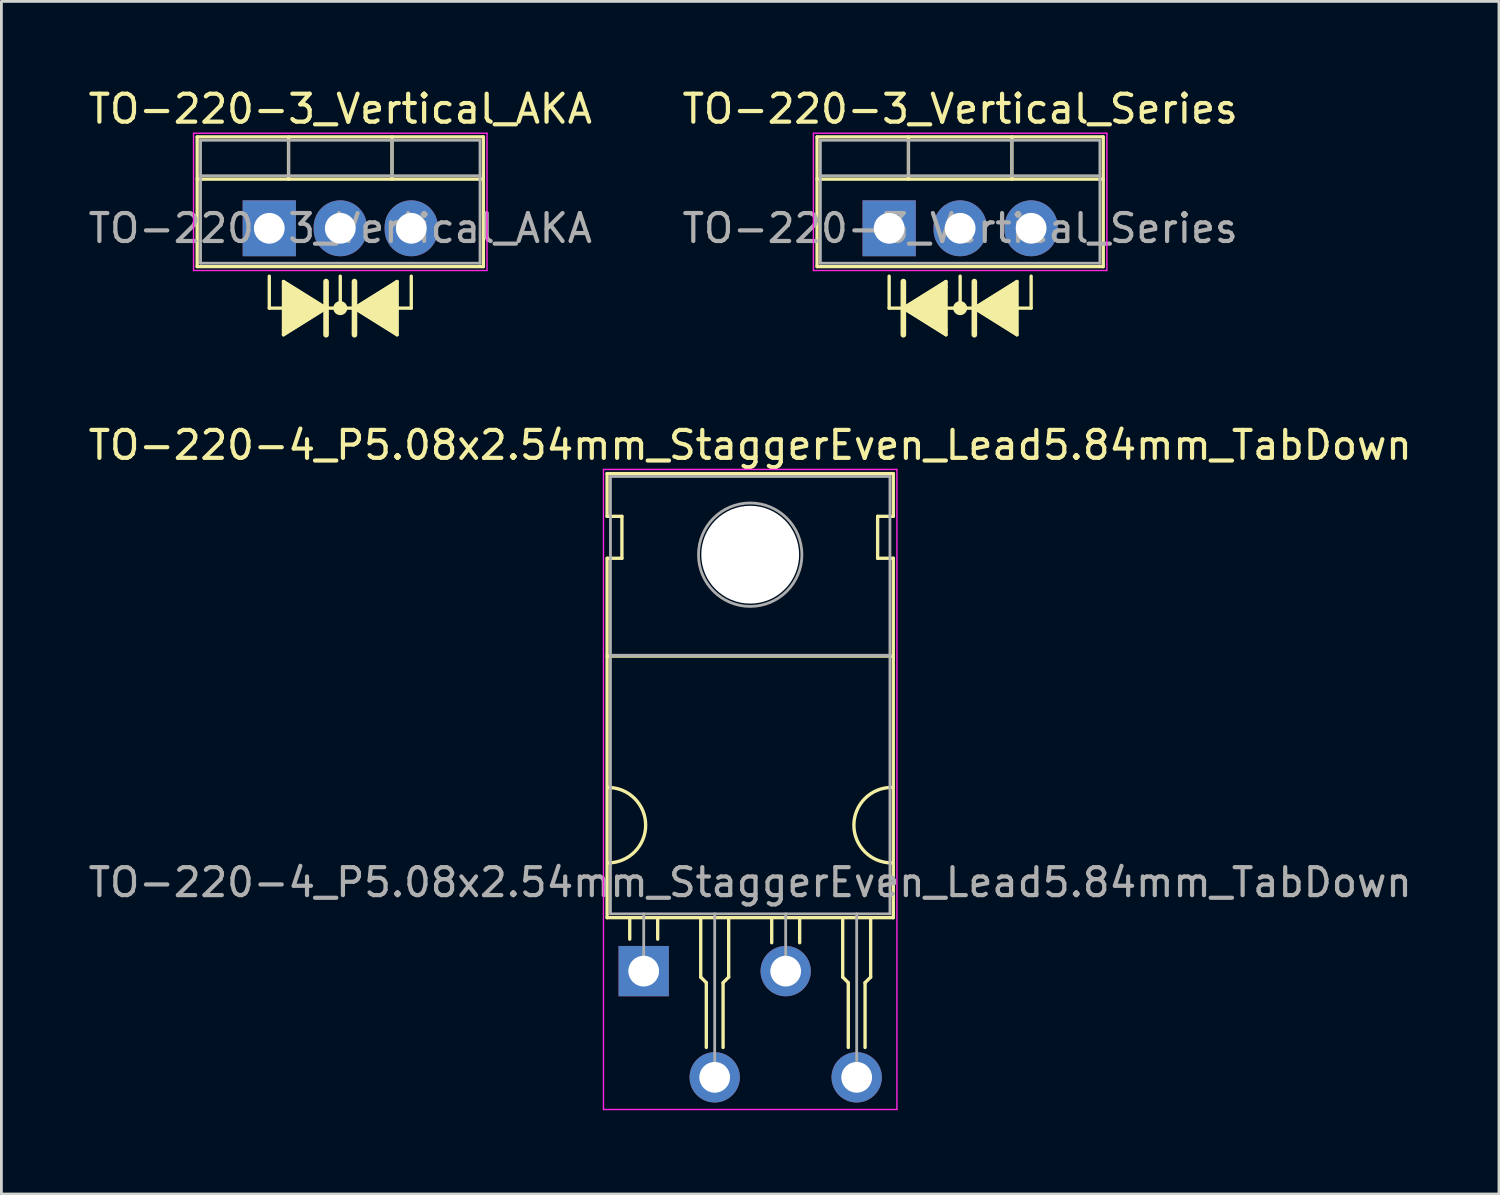
<source format=kicad_pcb>
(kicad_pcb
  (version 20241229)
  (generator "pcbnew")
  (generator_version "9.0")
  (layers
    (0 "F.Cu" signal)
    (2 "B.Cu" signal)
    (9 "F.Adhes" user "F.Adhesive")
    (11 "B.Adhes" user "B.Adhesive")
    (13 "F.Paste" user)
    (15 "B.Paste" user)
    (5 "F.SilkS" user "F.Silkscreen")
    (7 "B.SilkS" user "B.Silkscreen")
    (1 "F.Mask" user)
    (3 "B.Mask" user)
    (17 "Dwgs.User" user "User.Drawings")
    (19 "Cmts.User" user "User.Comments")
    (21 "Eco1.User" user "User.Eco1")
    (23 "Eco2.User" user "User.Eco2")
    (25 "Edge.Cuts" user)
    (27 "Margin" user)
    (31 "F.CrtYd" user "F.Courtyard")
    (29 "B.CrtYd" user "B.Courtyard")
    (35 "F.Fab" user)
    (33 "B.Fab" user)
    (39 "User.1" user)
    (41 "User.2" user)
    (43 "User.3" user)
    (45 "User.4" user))
  (footprint "TO-220-4_P5.08x2.54mm_StaggerEven_Lead5.84mm_TabDown"
    (layer "F.Cu")
    (at 19.982 31.697)
    (property "Reference" "TO-220-4_P5.08x2.54mm_StaggerEven_Lead5.84mm_TabDown" (at 3.81 -18.82 0) (layer "F.SilkS") (effects (font (size 1 1) (thickness 0.15))))
    (attr through_hole)
    (fp_line (start -1.31 -17.802) (end -1.31 -16.272) (stroke (width 0.12) (type solid)) (layer "F.SilkS"))
    (fp_line (start -1.31 -17.802) (end 8.93 -17.802) (stroke (width 0.12) (type solid)) (layer "F.SilkS"))
    (fp_line (start -1.31 -16.272) (end -0.78 -16.272) (stroke (width 0.12) (type solid)) (layer "F.SilkS"))
    (fp_line (start -1.31 -14.772) (end -1.31 -1.912) (stroke (width 0.12) (type solid)) (layer "F.SilkS"))
    (fp_line (start -1.31 -1.912) (end 8.93 -1.912) (stroke (width 0.12) (type solid)) (layer "F.SilkS"))
    (fp_line (start -1.305 -11.272) (end 8.92 -11.272) (stroke (width 0.12) (type solid)) (layer "F.SilkS"))
    (fp_line (start -0.78 -16.272) (end -0.78 -14.772) (stroke (width 0.12) (type solid)) (layer "F.SilkS"))
    (fp_line (start -0.78 -14.772) (end -1.305 -14.772) (stroke (width 0.12) (type solid)) (layer "F.SilkS"))
    (fp_line (start -0.5 -1.885) (end -0.5 -1.143) (stroke (width 0.12) (type solid)) (layer "F.SilkS"))
    (fp_line (start 0.5 -1.885) (end 0.5 -1.143) (stroke (width 0.12) (type solid)) (layer "F.SilkS"))
    (fp_line (start 2.04 -1.885) (end 2.04 0.214) (stroke (width 0.12) (type solid)) (layer "F.SilkS"))
    (fp_line (start 2.04 0.214) (end 2.24 0.414) (stroke (width 0.12) (type solid)) (layer "F.SilkS"))
    (fp_line (start 2.24 0.414) (end 2.24 2.731) (stroke (width 0.12) (type solid)) (layer "F.SilkS"))
    (fp_line (start 2.84 0.414) (end 2.84 2.731) (stroke (width 0.12) (type solid)) (layer "F.SilkS"))
    (fp_line (start 3.04 -1.885) (end 3.04 0.214) (stroke (width 0.12) (type solid)) (layer "F.SilkS"))
    (fp_line (start 3.04 0.214) (end 2.84 0.414) (stroke (width 0.12) (type solid)) (layer "F.SilkS"))
    (fp_line (start 4.58 -1.885) (end 4.58 -1.016) (stroke (width 0.12) (type solid)) (layer "F.SilkS"))
    (fp_line (start 5.58 -1.885) (end 5.58 -1.016) (stroke (width 0.12) (type solid)) (layer "F.SilkS"))
    (fp_line (start 7.12 -1.885) (end 7.12 0.214) (stroke (width 0.12) (type solid)) (layer "F.SilkS"))
    (fp_line (start 7.12 0.214) (end 7.32 0.414) (stroke (width 0.12) (type solid)) (layer "F.SilkS"))
    (fp_line (start 7.32 0.414) (end 7.32 2.731) (stroke (width 0.12) (type solid)) (layer "F.SilkS"))
    (fp_line (start 7.92 0.414) (end 7.92 2.731) (stroke (width 0.12) (type solid)) (layer "F.SilkS"))
    (fp_line (start 8.12 -1.885) (end 8.12 0.214) (stroke (width 0.12) (type solid)) (layer "F.SilkS"))
    (fp_line (start 8.12 0.214) (end 7.92 0.414) (stroke (width 0.12) (type solid)) (layer "F.SilkS"))
    (fp_line (start 8.37 -16.272) (end 8.93 -16.272) (stroke (width 0.12) (type solid)) (layer "F.SilkS"))
    (fp_line (start 8.37 -14.772) (end 8.37 -16.272) (stroke (width 0.12) (type solid)) (layer "F.SilkS"))
    (fp_line (start 8.93 -17.802) (end 8.93 -16.272) (stroke (width 0.12) (type solid)) (layer "F.SilkS"))
    (fp_line (start 8.93 -14.772) (end 8.37 -14.772) (stroke (width 0.12) (type solid)) (layer "F.SilkS"))
    (fp_line (start 8.93 -14.772) (end 8.93 -1.912) (stroke (width 0.12) (type solid)) (layer "F.SilkS"))
    (fp_arc (start -1.28 -6.572) (mid 0.07 -5.222) (end -1.28 -3.872) (stroke (width 0.12) (type solid)) (layer "F.SilkS"))
    (fp_arc (start 8.87 -3.872) (mid 7.52 -5.222) (end 8.87 -6.572) (stroke (width 0.12) (type solid)) (layer "F.SilkS"))
    (fp_line (start -1.44 -17.95) (end -1.44 4.95) (stroke (width 0.05) (type solid)) (layer "F.CrtYd"))
    (fp_line (start -1.44 4.95) (end 9.06 4.95) (stroke (width 0.05) (type solid)) (layer "F.CrtYd"))
    (fp_line (start 9.06 -17.95) (end -1.44 -17.95) (stroke (width 0.05) (type solid)) (layer "F.CrtYd"))
    (fp_line (start 9.06 4.95) (end 9.06 -17.95) (stroke (width 0.05) (type solid)) (layer "F.CrtYd"))
    (fp_line (start -1.19 -17.7) (end 8.81 -17.7) (stroke (width 0.1) (type solid)) (layer "F.Fab"))
    (fp_line (start -1.19 -11.3) (end -1.19 -17.7) (stroke (width 0.1) (type solid)) (layer "F.Fab"))
    (fp_line (start -1.19 -11.3) (end 8.81 -11.3) (stroke (width 0.1) (type solid)) (layer "F.Fab"))
    (fp_line (start -1.19 -2.05) (end -1.19 -11.3) (stroke (width 0.1) (type solid)) (layer "F.Fab"))
    (fp_line (start 0 -2.05) (end 0 0) (stroke (width 0.1) (type solid)) (layer "F.Fab"))
    (fp_line (start 2.54 -2.05) (end 2.54 3.8) (stroke (width 0.1) (type solid)) (layer "F.Fab"))
    (fp_line (start 5.08 -2.05) (end 5.08 0) (stroke (width 0.1) (type solid)) (layer "F.Fab"))
    (fp_line (start 7.62 -2.05) (end 7.62 3.8) (stroke (width 0.1) (type solid)) (layer "F.Fab"))
    (fp_line (start 8.81 -17.7) (end 8.81 -11.3) (stroke (width 0.1) (type solid)) (layer "F.Fab"))
    (fp_line (start 8.81 -11.3) (end -1.19 -11.3) (stroke (width 0.1) (type solid)) (layer "F.Fab"))
    (fp_line (start 8.81 -11.3) (end 8.81 -2.05) (stroke (width 0.1) (type solid)) (layer "F.Fab"))
    (fp_line (start 8.81 -2.05) (end -1.19 -2.05) (stroke (width 0.1) (type solid)) (layer "F.Fab"))
    (fp_circle (center 3.81 -14.9) (end 5.66 -14.9) (stroke (width 0.1) (type solid)) (fill no) (layer "F.Fab"))
    (fp_text user "${REFERENCE}" (at 3.81 -3.175 0) (layer "F.Fab") (effects (font (size 1 1) (thickness 0.15))))
    (pad "" np_thru_hole oval (at 3.81 -14.9) (size 3.5 3.5) (drill 3.5) (layers "*.Cu" "*.Mask"))
    (pad "1" thru_hole rect (at 0 0) (size 1.8 1.8) (drill 1.1) (layers "*.Cu" "*.Mask"))
    (pad "2" thru_hole oval (at 2.54 3.8) (size 1.8 1.8) (drill 1.1) (layers "*.Cu" "*.Mask"))
    (pad "3" thru_hole oval (at 5.08 0) (size 1.8 1.8) (drill 1.1) (layers "*.Cu" "*.Mask"))
    (pad "4" thru_hole oval (at 7.62 3.8) (size 1.8 1.8) (drill 1.1) (layers "*.Cu" "*.Mask")))
  (footprint "TO-220-3_Vertical_Series"
    (layer "F.Cu")
    (at 28.764 5.118)
    (property "Reference" "TO-220-3_Vertical_Series" (at 2.54 -4.27 0) (layer "F.SilkS") (effects (font (size 1 1) (thickness 0.15))))
    (attr through_hole)
    (fp_line (start -2.58 -3.27) (end -2.58 1.371) (stroke (width 0.12) (type solid)) (layer "F.SilkS"))
    (fp_line (start -2.58 -3.27) (end 7.66 -3.27) (stroke (width 0.12) (type solid)) (layer "F.SilkS"))
    (fp_line (start -2.58 -1.76) (end 7.66 -1.76) (stroke (width 0.12) (type solid)) (layer "F.SilkS"))
    (fp_line (start -2.58 1.371) (end 7.66 1.371) (stroke (width 0.12) (type solid)) (layer "F.SilkS"))
    (fp_line (start 0 1.714) (end 0 2.857) (stroke (width 0.12) (type solid)) (layer "F.SilkS"))
    (fp_line (start 0 2.857) (end 0.508 2.857) (stroke (width 0.12) (type solid)) (layer "F.SilkS"))
    (fp_line (start 0.508 1.905) (end 0.508 3.81) (stroke (width 0.2) (type solid)) (layer "F.SilkS"))
    (fp_line (start 0.508 2.857) (end 2.032 1.905) (stroke (width 0.12) (type solid)) (layer "F.SilkS"))
    (fp_line (start 0.508 2.857) (end 2.032 3.81) (stroke (width 0.12) (type solid)) (layer "F.SilkS"))
    (fp_line (start 0.69 -3.27) (end 0.69 -1.76) (stroke (width 0.12) (type solid)) (layer "F.SilkS"))
    (fp_line (start 2.032 2.095) (end 2.032 1.905) (stroke (width 0.12) (type solid)) (layer "F.SilkS"))
    (fp_line (start 2.032 3.619) (end 2.032 2.095) (stroke (width 0.12) (type solid)) (layer "F.SilkS"))
    (fp_line (start 2.032 3.619) (end 2.032 3.81) (stroke (width 0.12) (type solid)) (layer "F.SilkS"))
    (fp_line (start 2.54 1.714) (end 2.54 2.857) (stroke (width 0.12) (type solid)) (layer "F.SilkS"))
    (fp_line (start 2.54 2.857) (end 2.032 2.857) (stroke (width 0.12) (type solid)) (layer "F.SilkS"))
    (fp_line (start 2.54 2.857) (end 3.048 2.857) (stroke (width 0.12) (type solid)) (layer "F.SilkS"))
    (fp_line (start 3.048 1.905) (end 3.048 3.81) (stroke (width 0.2) (type solid)) (layer "F.SilkS"))
    (fp_line (start 3.048 2.857) (end 4.572 3.81) (stroke (width 0.12) (type solid)) (layer "F.SilkS"))
    (fp_line (start 4.391 -3.27) (end 4.391 -1.76) (stroke (width 0.12) (type solid)) (layer "F.SilkS"))
    (fp_line (start 4.572 1.905) (end 3.048 2.857) (stroke (width 0.12) (type solid)) (layer "F.SilkS"))
    (fp_line (start 4.572 3.81) (end 4.572 1.905) (stroke (width 0.12) (type solid)) (layer "F.SilkS"))
    (fp_line (start 5.08 1.714) (end 5.08 2.857) (stroke (width 0.12) (type solid)) (layer "F.SilkS"))
    (fp_line (start 5.08 2.857) (end 4.572 2.857) (stroke (width 0.12) (type solid)) (layer "F.SilkS"))
    (fp_line (start 7.66 -3.27) (end 7.66 1.371) (stroke (width 0.12) (type solid)) (layer "F.SilkS"))
    (fp_circle (center 2.54 2.857) (end 2.54 2.921) (stroke (width 0.12) (type solid)) (fill no) (layer "F.SilkS"))
    (fp_circle (center 2.54 2.857) (end 2.54 2.985) (stroke (width 0.12) (type solid)) (fill no) (layer "F.SilkS"))
    (fp_circle (center 2.54 2.857) (end 2.54 3.048) (stroke (width 0.12) (type solid)) (fill no) (layer "F.SilkS"))
    (fp_poly (pts (xy 0.508 2.857) (xy 2.032 1.905) (xy 2.032 3.81)) (stroke (width 0.1) (type solid)) (fill yes) (layer "F.SilkS"))
    (fp_poly (pts (xy 4.572 3.81) (xy 3.048 2.857) (xy 4.572 1.905)) (stroke (width 0.1) (type solid)) (fill yes) (layer "F.SilkS"))
    (fp_line (start -2.71 -3.4) (end -2.71 1.51) (stroke (width 0.05) (type solid)) (layer "F.CrtYd"))
    (fp_line (start -2.71 1.51) (end 7.79 1.51) (stroke (width 0.05) (type solid)) (layer "F.CrtYd"))
    (fp_line (start 7.79 -3.4) (end -2.71 -3.4) (stroke (width 0.05) (type solid)) (layer "F.CrtYd"))
    (fp_line (start 7.79 1.51) (end 7.79 -3.4) (stroke (width 0.05) (type solid)) (layer "F.CrtYd"))
    (fp_line (start -2.46 -3.15) (end -2.46 1.25) (stroke (width 0.1) (type solid)) (layer "F.Fab"))
    (fp_line (start -2.46 -1.88) (end 7.54 -1.88) (stroke (width 0.1) (type solid)) (layer "F.Fab"))
    (fp_line (start -2.46 1.25) (end 7.54 1.25) (stroke (width 0.1) (type solid)) (layer "F.Fab"))
    (fp_line (start 0.69 -3.15) (end 0.69 -1.88) (stroke (width 0.1) (type solid)) (layer "F.Fab"))
    (fp_line (start 4.39 -3.15) (end 4.39 -1.88) (stroke (width 0.1) (type solid)) (layer "F.Fab"))
    (fp_line (start 7.54 -3.15) (end -2.46 -3.15) (stroke (width 0.1) (type solid)) (layer "F.Fab"))
    (fp_line (start 7.54 1.25) (end 7.54 -3.15) (stroke (width 0.1) (type solid)) (layer "F.Fab"))
    (fp_text user "${REFERENCE}" (at 2.54 0 0) (layer "F.Fab") (effects (font (size 1 1) (thickness 0.15))))
    (pad "1" thru_hole rect (at 0 0) (size 1.905 2) (drill 1.1) (layers "*.Cu" "*.Mask"))
    (pad "2" thru_hole oval (at 2.54 0) (size 1.905 2) (drill 1.1) (layers "*.Cu" "*.Mask"))
    (pad "3" thru_hole oval (at 5.08 0) (size 1.905 2) (drill 1.1) (layers "*.Cu" "*.Mask")))
  (footprint "TO-220-3_Vertical_AKA"
    (layer "F.Cu")
    (at 6.585 5.118)
    (property "Reference" "TO-220-3_Vertical_AKA" (at 2.54 -4.27 0) (layer "F.SilkS") (effects (font (size 1 1) (thickness 0.15))))
    (attr through_hole)
    (fp_line (start -2.58 -3.27) (end -2.58 1.371) (stroke (width 0.12) (type solid)) (layer "F.SilkS"))
    (fp_line (start -2.58 -3.27) (end 7.66 -3.27) (stroke (width 0.12) (type solid)) (layer "F.SilkS"))
    (fp_line (start -2.58 -1.76) (end 7.66 -1.76) (stroke (width 0.12) (type solid)) (layer "F.SilkS"))
    (fp_line (start -2.58 1.371) (end 7.66 1.371) (stroke (width 0.12) (type solid)) (layer "F.SilkS"))
    (fp_line (start 0 1.714) (end 0 2.857) (stroke (width 0.12) (type solid)) (layer "F.SilkS"))
    (fp_line (start 0 2.857) (end 0.508 2.857) (stroke (width 0.12) (type solid)) (layer "F.SilkS"))
    (fp_line (start 0.508 2.095) (end 0.508 1.905) (stroke (width 0.12) (type solid)) (layer "F.SilkS"))
    (fp_line (start 0.508 2.095) (end 0.508 3.619) (stroke (width 0.12) (type solid)) (layer "F.SilkS"))
    (fp_line (start 0.508 3.619) (end 0.508 3.81) (stroke (width 0.12) (type solid)) (layer "F.SilkS"))
    (fp_line (start 0.69 -3.27) (end 0.69 -1.76) (stroke (width 0.12) (type solid)) (layer "F.SilkS"))
    (fp_line (start 2.032 2.857) (end 0.508 1.905) (stroke (width 0.12) (type solid)) (layer "F.SilkS"))
    (fp_line (start 2.032 2.857) (end 0.508 3.81) (stroke (width 0.12) (type solid)) (layer "F.SilkS"))
    (fp_line (start 2.032 3.81) (end 2.032 1.905) (stroke (width 0.2) (type solid)) (layer "F.SilkS"))
    (fp_line (start 2.54 1.714) (end 2.54 2.857) (stroke (width 0.12) (type solid)) (layer "F.SilkS"))
    (fp_line (start 2.54 2.857) (end 2.032 2.857) (stroke (width 0.12) (type solid)) (layer "F.SilkS"))
    (fp_line (start 2.54 2.857) (end 3.048 2.857) (stroke (width 0.12) (type solid)) (layer "F.SilkS"))
    (fp_line (start 3.048 1.905) (end 3.048 3.81) (stroke (width 0.2) (type solid)) (layer "F.SilkS"))
    (fp_line (start 3.048 2.857) (end 4.572 3.81) (stroke (width 0.12) (type solid)) (layer "F.SilkS"))
    (fp_line (start 4.391 -3.27) (end 4.391 -1.76) (stroke (width 0.12) (type solid)) (layer "F.SilkS"))
    (fp_line (start 4.572 1.905) (end 3.048 2.857) (stroke (width 0.12) (type solid)) (layer "F.SilkS"))
    (fp_line (start 4.572 3.81) (end 4.572 1.905) (stroke (width 0.12) (type solid)) (layer "F.SilkS"))
    (fp_line (start 5.08 1.714) (end 5.08 2.857) (stroke (width 0.12) (type solid)) (layer "F.SilkS"))
    (fp_line (start 5.08 2.857) (end 4.572 2.857) (stroke (width 0.12) (type solid)) (layer "F.SilkS"))
    (fp_line (start 7.66 -3.27) (end 7.66 1.371) (stroke (width 0.12) (type solid)) (layer "F.SilkS"))
    (fp_circle (center 2.54 2.857) (end 2.54 2.921) (stroke (width 0.12) (type solid)) (fill no) (layer "F.SilkS"))
    (fp_circle (center 2.54 2.857) (end 2.54 2.985) (stroke (width 0.12) (type solid)) (fill no) (layer "F.SilkS"))
    (fp_circle (center 2.54 2.857) (end 2.54 3.048) (stroke (width 0.12) (type solid)) (fill no) (layer "F.SilkS"))
    (fp_poly (pts (xy 2.032 2.857) (xy 0.508 3.81) (xy 0.508 1.905)) (stroke (width 0.1) (type solid)) (fill yes) (layer "F.SilkS"))
    (fp_poly (pts (xy 4.572 3.81) (xy 3.048 2.857) (xy 4.572 1.905)) (stroke (width 0.1) (type solid)) (fill yes) (layer "F.SilkS"))
    (fp_line (start -2.71 -3.4) (end -2.71 1.51) (stroke (width 0.05) (type solid)) (layer "F.CrtYd"))
    (fp_line (start -2.71 1.51) (end 7.79 1.51) (stroke (width 0.05) (type solid)) (layer "F.CrtYd"))
    (fp_line (start 7.79 -3.4) (end -2.71 -3.4) (stroke (width 0.05) (type solid)) (layer "F.CrtYd"))
    (fp_line (start 7.79 1.51) (end 7.79 -3.4) (stroke (width 0.05) (type solid)) (layer "F.CrtYd"))
    (fp_line (start -2.46 -3.15) (end -2.46 1.25) (stroke (width 0.1) (type solid)) (layer "F.Fab"))
    (fp_line (start -2.46 -1.88) (end 7.54 -1.88) (stroke (width 0.1) (type solid)) (layer "F.Fab"))
    (fp_line (start -2.46 1.25) (end 7.54 1.25) (stroke (width 0.1) (type solid)) (layer "F.Fab"))
    (fp_line (start 0.69 -3.15) (end 0.69 -1.88) (stroke (width 0.1) (type solid)) (layer "F.Fab"))
    (fp_line (start 4.39 -3.15) (end 4.39 -1.88) (stroke (width 0.1) (type solid)) (layer "F.Fab"))
    (fp_line (start 7.54 -3.15) (end -2.46 -3.15) (stroke (width 0.1) (type solid)) (layer "F.Fab"))
    (fp_line (start 7.54 1.25) (end 7.54 -3.15) (stroke (width 0.1) (type solid)) (layer "F.Fab"))
    (fp_text user "${REFERENCE}" (at 2.54 0 0) (layer "F.Fab") (effects (font (size 1 1) (thickness 0.15))))
    (pad "1" thru_hole rect (at 0 0) (size 1.905 2) (drill 1.1) (layers "*.Cu" "*.Mask"))
    (pad "2" thru_hole oval (at 2.54 0) (size 1.905 2) (drill 1.1) (layers "*.Cu" "*.Mask"))
    (pad "3" thru_hole oval (at 5.08 0) (size 1.905 2) (drill 1.1) (layers "*.Cu" "*.Mask")))
  (gr_rect
    (start -3 -3)
    (end 50.583 39.672)
    (stroke (width 0.1) (type default))
    (fill no)
    (layer "Edge.Cuts")))
</source>
